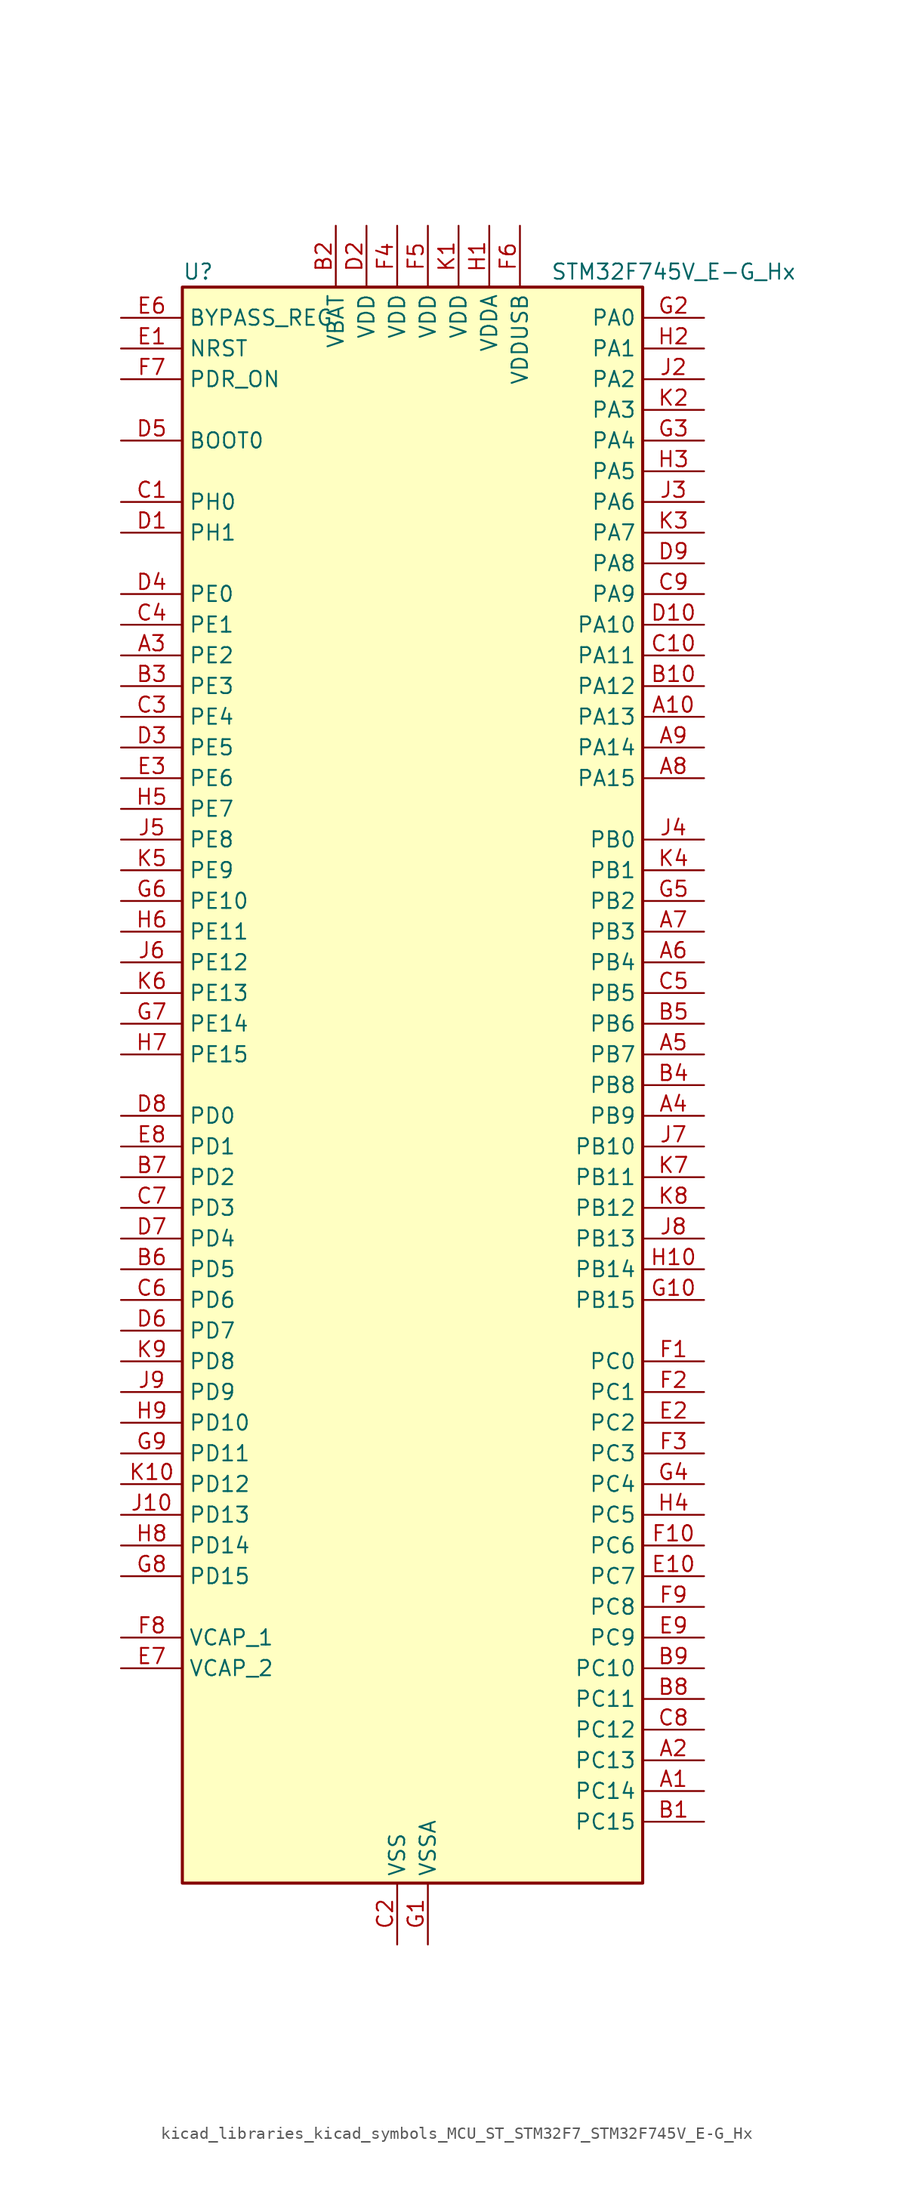
<source format=kicad_sym>
(kicad_symbol_lib
  (version 20220914)
  (generator kicad_symbol_editor)
  (symbol "kicad_libraries_kicad_symbols_MCU_ST_STM32F7_STM32F745V_E-G_Hx"
    (property "Reference" "U"
      (at -17.78 67.31 0)
      (effects (font (size 1.27 1.27)) (justify left)))
    (property "Value" "STM32F745V_E-G_Hx"
      (at 12.7 67.31 0)
      (effects (font (size 1.27 1.27)) (justify left)))
    (property "ki_locked" ""
      (at 0 0 0)
      (effects (font (size 1.27 1.27))))
    (symbol "kicad_libraries_kicad_symbols_MCU_ST_STM32F7_STM32F745V_E-G_Hx_0_1"
      (rectangle (start -17.78 -66.04) (end 20.32 66.04) (stroke (width 0.254) (type default)) (fill (type background))))
    (symbol "kicad_libraries_kicad_symbols_MCU_ST_STM32F7_STM32F745V_E-G_Hx_1_1"
      (pin bidirectional line (at 25.4 -58.42 180) (length 5.08) (name "PC14" (effects (font (size 1.27 1.27)))) (number "A1" (effects (font (size 1.27 1.27)))) (alternate "RCC_OSC32_IN" bidirectional line))
      (pin bidirectional line (at 25.4 30.48 180) (length 5.08) (name "PA13" (effects (font (size 1.27 1.27)))) (number "A10" (effects (font (size 1.27 1.27)))) (alternate "SYS_JTMS-SWDIO" bidirectional line))
      (pin bidirectional line (at 25.4 -55.88 180) (length 5.08) (name "PC13" (effects (font (size 1.27 1.27)))) (number "A2" (effects (font (size 1.27 1.27)))) (alternate "RTC_OUT" bidirectional line) (alternate "RTC_TAMP1" bidirectional line) (alternate "RTC_TS" bidirectional line) (alternate "SYS_WKUP4" bidirectional line))
      (pin bidirectional line (at -22.86 35.56 0) (length 5.08) (name "PE2" (effects (font (size 1.27 1.27)))) (number "A3" (effects (font (size 1.27 1.27)))) (alternate "ETH_TXD3" bidirectional line) (alternate "FMC_A23" bidirectional line) (alternate "QUADSPI_BK1_IO2" bidirectional line) (alternate "SAI1_MCLK_A" bidirectional line) (alternate "SPI4_SCK" bidirectional line) (alternate "SYS_TRACECLK" bidirectional line))
      (pin bidirectional line (at 25.4 -2.54 180) (length 5.08) (name "PB9" (effects (font (size 1.27 1.27)))) (number "A4" (effects (font (size 1.27 1.27)))) (alternate "CAN1_TX" bidirectional line) (alternate "DAC_EXTI9" bidirectional line) (alternate "DCMI_D7" bidirectional line) (alternate "I2C1_SDA" bidirectional line) (alternate "I2S2_WS" bidirectional line) (alternate "SDMMC1_D5" bidirectional line) (alternate "SPI2_NSS" bidirectional line) (alternate "TIM11_CH1" bidirectional line) (alternate "TIM4_CH4" bidirectional line))
      (pin bidirectional line (at 25.4 2.54 180) (length 5.08) (name "PB7" (effects (font (size 1.27 1.27)))) (number "A5" (effects (font (size 1.27 1.27)))) (alternate "DCMI_VSYNC" bidirectional line) (alternate "FMC_NL" bidirectional line) (alternate "I2C1_SDA" bidirectional line) (alternate "TIM4_CH2" bidirectional line) (alternate "USART1_RX" bidirectional line))
      (pin bidirectional line (at 25.4 10.16 180) (length 5.08) (name "PB4" (effects (font (size 1.27 1.27)))) (number "A6" (effects (font (size 1.27 1.27)))) (alternate "I2S2_WS" bidirectional line) (alternate "SPI1_MISO" bidirectional line) (alternate "SPI2_NSS" bidirectional line) (alternate "SPI3_MISO" bidirectional line) (alternate "SYS_JTRST" bidirectional line) (alternate "TIM3_CH1" bidirectional line))
      (pin bidirectional line (at 25.4 12.7 180) (length 5.08) (name "PB3" (effects (font (size 1.27 1.27)))) (number "A7" (effects (font (size 1.27 1.27)))) (alternate "I2S1_CK" bidirectional line) (alternate "I2S3_CK" bidirectional line) (alternate "SPI1_SCK" bidirectional line) (alternate "SPI3_SCK" bidirectional line) (alternate "SYS_JTDO-SWO" bidirectional line) (alternate "TIM2_CH2" bidirectional line))
      (pin bidirectional line (at 25.4 25.4 180) (length 5.08) (name "PA15" (effects (font (size 1.27 1.27)))) (number "A8" (effects (font (size 1.27 1.27)))) (alternate "CEC" bidirectional line) (alternate "I2S1_WS" bidirectional line) (alternate "I2S3_WS" bidirectional line) (alternate "SPI1_NSS" bidirectional line) (alternate "SPI3_NSS" bidirectional line) (alternate "SYS_JTDI" bidirectional line) (alternate "TIM2_CH1" bidirectional line) (alternate "TIM2_ETR" bidirectional line) (alternate "UART4_DE" bidirectional line) (alternate "UART4_RTS" bidirectional line))
      (pin bidirectional line (at 25.4 27.94 180) (length 5.08) (name "PA14" (effects (font (size 1.27 1.27)))) (number "A9" (effects (font (size 1.27 1.27)))) (alternate "SYS_JTCK-SWCLK" bidirectional line))
      (pin bidirectional line (at 25.4 -60.96 180) (length 5.08) (name "PC15" (effects (font (size 1.27 1.27)))) (number "B1" (effects (font (size 1.27 1.27)))) (alternate "RCC_OSC32_OUT" bidirectional line))
      (pin bidirectional line (at 25.4 33.02 180) (length 5.08) (name "PA12" (effects (font (size 1.27 1.27)))) (number "B10" (effects (font (size 1.27 1.27)))) (alternate "CAN1_TX" bidirectional line) (alternate "SAI2_FS_B" bidirectional line) (alternate "TIM1_ETR" bidirectional line) (alternate "USART1_DE" bidirectional line) (alternate "USART1_RTS" bidirectional line) (alternate "USB_OTG_FS_DP" bidirectional line))
      (pin power_in line (at -5.08 71.12 270) (length 5.08) (name "VBAT" (effects (font (size 1.27 1.27)))) (number "B2" (effects (font (size 1.27 1.27)))))
      (pin bidirectional line (at -22.86 33.02 0) (length 5.08) (name "PE3" (effects (font (size 1.27 1.27)))) (number "B3" (effects (font (size 1.27 1.27)))) (alternate "FMC_A19" bidirectional line) (alternate "SAI1_SD_B" bidirectional line) (alternate "SYS_TRACED0" bidirectional line))
      (pin bidirectional line (at 25.4 0 180) (length 5.08) (name "PB8" (effects (font (size 1.27 1.27)))) (number "B4" (effects (font (size 1.27 1.27)))) (alternate "CAN1_RX" bidirectional line) (alternate "DCMI_D6" bidirectional line) (alternate "ETH_TXD3" bidirectional line) (alternate "I2C1_SCL" bidirectional line) (alternate "SDMMC1_D4" bidirectional line) (alternate "TIM10_CH1" bidirectional line) (alternate "TIM4_CH3" bidirectional line))
      (pin bidirectional line (at 25.4 5.08 180) (length 5.08) (name "PB6" (effects (font (size 1.27 1.27)))) (number "B5" (effects (font (size 1.27 1.27)))) (alternate "CAN2_TX" bidirectional line) (alternate "CEC" bidirectional line) (alternate "DCMI_D5" bidirectional line) (alternate "FMC_SDNE1" bidirectional line) (alternate "I2C1_SCL" bidirectional line) (alternate "QUADSPI_BK1_NCS" bidirectional line) (alternate "TIM4_CH1" bidirectional line) (alternate "USART1_TX" bidirectional line))
      (pin bidirectional line (at -22.86 -15.24 0) (length 5.08) (name "PD5" (effects (font (size 1.27 1.27)))) (number "B6" (effects (font (size 1.27 1.27)))) (alternate "FMC_NWE" bidirectional line) (alternate "USART2_TX" bidirectional line))
      (pin bidirectional line (at -22.86 -7.62 0) (length 5.08) (name "PD2" (effects (font (size 1.27 1.27)))) (number "B7" (effects (font (size 1.27 1.27)))) (alternate "DCMI_D11" bidirectional line) (alternate "SDMMC1_CMD" bidirectional line) (alternate "SYS_TRACED2" bidirectional line) (alternate "TIM3_ETR" bidirectional line) (alternate "UART5_RX" bidirectional line))
      (pin bidirectional line (at 25.4 -50.8 180) (length 5.08) (name "PC11" (effects (font (size 1.27 1.27)))) (number "B8" (effects (font (size 1.27 1.27)))) (alternate "ADC1_EXTI11" bidirectional line) (alternate "ADC2_EXTI11" bidirectional line) (alternate "ADC3_EXTI11" bidirectional line) (alternate "DCMI_D4" bidirectional line) (alternate "QUADSPI_BK2_NCS" bidirectional line) (alternate "SDMMC1_D3" bidirectional line) (alternate "SPI3_MISO" bidirectional line) (alternate "UART4_RX" bidirectional line) (alternate "USART3_RX" bidirectional line))
      (pin bidirectional line (at 25.4 -48.26 180) (length 5.08) (name "PC10" (effects (font (size 1.27 1.27)))) (number "B9" (effects (font (size 1.27 1.27)))) (alternate "DCMI_D8" bidirectional line) (alternate "I2S3_CK" bidirectional line) (alternate "QUADSPI_BK1_IO1" bidirectional line) (alternate "SDMMC1_D2" bidirectional line) (alternate "SPI3_SCK" bidirectional line) (alternate "UART4_TX" bidirectional line) (alternate "USART3_TX" bidirectional line))
      (pin bidirectional line (at -22.86 48.26 0) (length 5.08) (name "PH0" (effects (font (size 1.27 1.27)))) (number "C1" (effects (font (size 1.27 1.27)))) (alternate "RCC_OSC_IN" bidirectional line))
      (pin bidirectional line (at 25.4 35.56 180) (length 5.08) (name "PA11" (effects (font (size 1.27 1.27)))) (number "C10" (effects (font (size 1.27 1.27)))) (alternate "ADC1_EXTI11" bidirectional line) (alternate "ADC2_EXTI11" bidirectional line) (alternate "ADC3_EXTI11" bidirectional line) (alternate "CAN1_RX" bidirectional line) (alternate "TIM1_CH4" bidirectional line) (alternate "USART1_CTS" bidirectional line) (alternate "USB_OTG_FS_DM" bidirectional line))
      (pin power_in line (at 0 -71.12 90) (length 5.08) (name "VSS" (effects (font (size 1.27 1.27)))) (number "C2" (effects (font (size 1.27 1.27)))))
      (pin bidirectional line (at -22.86 30.48 0) (length 5.08) (name "PE4" (effects (font (size 1.27 1.27)))) (number "C3" (effects (font (size 1.27 1.27)))) (alternate "DCMI_D4" bidirectional line) (alternate "FMC_A20" bidirectional line) (alternate "SAI1_FS_A" bidirectional line) (alternate "SPI4_NSS" bidirectional line) (alternate "SYS_TRACED1" bidirectional line))
      (pin bidirectional line (at -22.86 38.1 0) (length 5.08) (name "PE1" (effects (font (size 1.27 1.27)))) (number "C4" (effects (font (size 1.27 1.27)))) (alternate "DCMI_D3" bidirectional line) (alternate "FMC_NBL1" bidirectional line) (alternate "LPTIM1_IN2" bidirectional line) (alternate "UART8_TX" bidirectional line))
      (pin bidirectional line (at 25.4 7.62 180) (length 5.08) (name "PB5" (effects (font (size 1.27 1.27)))) (number "C5" (effects (font (size 1.27 1.27)))) (alternate "CAN2_RX" bidirectional line) (alternate "DCMI_D10" bidirectional line) (alternate "ETH_PPS_OUT" bidirectional line) (alternate "FMC_SDCKE1" bidirectional line) (alternate "I2C1_SMBA" bidirectional line) (alternate "I2S1_SD" bidirectional line) (alternate "I2S3_SD" bidirectional line) (alternate "SPI1_MOSI" bidirectional line) (alternate "SPI3_MOSI" bidirectional line) (alternate "TIM3_CH2" bidirectional line) (alternate "USB_OTG_HS_ULPI_D7" bidirectional line))
      (pin bidirectional line (at -22.86 -17.78 0) (length 5.08) (name "PD6" (effects (font (size 1.27 1.27)))) (number "C6" (effects (font (size 1.27 1.27)))) (alternate "DCMI_D10" bidirectional line) (alternate "FMC_NWAIT" bidirectional line) (alternate "I2S3_SD" bidirectional line) (alternate "SAI1_SD_A" bidirectional line) (alternate "SPI3_MOSI" bidirectional line) (alternate "USART2_RX" bidirectional line))
      (pin bidirectional line (at -22.86 -10.16 0) (length 5.08) (name "PD3" (effects (font (size 1.27 1.27)))) (number "C7" (effects (font (size 1.27 1.27)))) (alternate "DCMI_D5" bidirectional line) (alternate "FMC_CLK" bidirectional line) (alternate "I2S2_CK" bidirectional line) (alternate "SPI2_SCK" bidirectional line) (alternate "USART2_CTS" bidirectional line))
      (pin bidirectional line (at 25.4 -53.34 180) (length 5.08) (name "PC12" (effects (font (size 1.27 1.27)))) (number "C8" (effects (font (size 1.27 1.27)))) (alternate "DCMI_D9" bidirectional line) (alternate "I2S3_SD" bidirectional line) (alternate "SDMMC1_CK" bidirectional line) (alternate "SPI3_MOSI" bidirectional line) (alternate "SYS_TRACED3" bidirectional line) (alternate "UART5_TX" bidirectional line) (alternate "USART3_CK" bidirectional line))
      (pin bidirectional line (at 25.4 40.64 180) (length 5.08) (name "PA9" (effects (font (size 1.27 1.27)))) (number "C9" (effects (font (size 1.27 1.27)))) (alternate "DAC_EXTI9" bidirectional line) (alternate "DCMI_D0" bidirectional line) (alternate "I2C3_SMBA" bidirectional line) (alternate "I2S2_CK" bidirectional line) (alternate "SPI2_SCK" bidirectional line) (alternate "TIM1_CH2" bidirectional line) (alternate "USART1_TX" bidirectional line) (alternate "USB_OTG_FS_VBUS" bidirectional line))
      (pin bidirectional line (at -22.86 45.72 0) (length 5.08) (name "PH1" (effects (font (size 1.27 1.27)))) (number "D1" (effects (font (size 1.27 1.27)))) (alternate "RCC_OSC_OUT" bidirectional line))
      (pin bidirectional line (at 25.4 38.1 180) (length 5.08) (name "PA10" (effects (font (size 1.27 1.27)))) (number "D10" (effects (font (size 1.27 1.27)))) (alternate "DCMI_D1" bidirectional line) (alternate "TIM1_CH3" bidirectional line) (alternate "USART1_RX" bidirectional line) (alternate "USB_OTG_FS_ID" bidirectional line))
      (pin power_in line (at -2.54 71.12 270) (length 5.08) (name "VDD" (effects (font (size 1.27 1.27)))) (number "D2" (effects (font (size 1.27 1.27)))))
      (pin bidirectional line (at -22.86 27.94 0) (length 5.08) (name "PE5" (effects (font (size 1.27 1.27)))) (number "D3" (effects (font (size 1.27 1.27)))) (alternate "DCMI_D6" bidirectional line) (alternate "FMC_A21" bidirectional line) (alternate "SAI1_SCK_A" bidirectional line) (alternate "SPI4_MISO" bidirectional line) (alternate "SYS_TRACED2" bidirectional line) (alternate "TIM9_CH1" bidirectional line))
      (pin bidirectional line (at -22.86 40.64 0) (length 5.08) (name "PE0" (effects (font (size 1.27 1.27)))) (number "D4" (effects (font (size 1.27 1.27)))) (alternate "DCMI_D2" bidirectional line) (alternate "FMC_NBL0" bidirectional line) (alternate "LPTIM1_ETR" bidirectional line) (alternate "SAI2_MCLK_A" bidirectional line) (alternate "TIM4_ETR" bidirectional line) (alternate "UART8_RX" bidirectional line))
      (pin input line (at -22.86 53.34 0) (length 5.08) (name "BOOT0" (effects (font (size 1.27 1.27)))) (number "D5" (effects (font (size 1.27 1.27)))))
      (pin bidirectional line (at -22.86 -20.32 0) (length 5.08) (name "PD7" (effects (font (size 1.27 1.27)))) (number "D6" (effects (font (size 1.27 1.27)))) (alternate "FMC_NE1" bidirectional line) (alternate "SPDIFRX_IN0" bidirectional line) (alternate "USART2_CK" bidirectional line))
      (pin bidirectional line (at -22.86 -12.7 0) (length 5.08) (name "PD4" (effects (font (size 1.27 1.27)))) (number "D7" (effects (font (size 1.27 1.27)))) (alternate "FMC_NOE" bidirectional line) (alternate "USART2_DE" bidirectional line) (alternate "USART2_RTS" bidirectional line))
      (pin bidirectional line (at -22.86 -2.54 0) (length 5.08) (name "PD0" (effects (font (size 1.27 1.27)))) (number "D8" (effects (font (size 1.27 1.27)))) (alternate "CAN1_RX" bidirectional line) (alternate "FMC_D2" bidirectional line) (alternate "FMC_DA2" bidirectional line))
      (pin bidirectional line (at 25.4 43.18 180) (length 5.08) (name "PA8" (effects (font (size 1.27 1.27)))) (number "D9" (effects (font (size 1.27 1.27)))) (alternate "I2C3_SCL" bidirectional line) (alternate "RCC_MCO_1" bidirectional line) (alternate "TIM1_CH1" bidirectional line) (alternate "TIM8_BKIN2" bidirectional line) (alternate "USART1_CK" bidirectional line) (alternate "USB_OTG_FS_SOF" bidirectional line))
      (pin input line (at -22.86 60.96 0) (length 5.08) (name "NRST" (effects (font (size 1.27 1.27)))) (number "E1" (effects (font (size 1.27 1.27)))))
      (pin bidirectional line (at 25.4 -40.64 180) (length 5.08) (name "PC7" (effects (font (size 1.27 1.27)))) (number "E10" (effects (font (size 1.27 1.27)))) (alternate "DCMI_D1" bidirectional line) (alternate "I2S3_MCK" bidirectional line) (alternate "SDMMC1_D7" bidirectional line) (alternate "TIM3_CH2" bidirectional line) (alternate "TIM8_CH2" bidirectional line) (alternate "USART6_RX" bidirectional line))
      (pin bidirectional line (at 25.4 -27.94 180) (length 5.08) (name "PC2" (effects (font (size 1.27 1.27)))) (number "E2" (effects (font (size 1.27 1.27)))) (alternate "ADC1_IN12" bidirectional line) (alternate "ADC2_IN12" bidirectional line) (alternate "ADC3_IN12" bidirectional line) (alternate "ETH_TXD2" bidirectional line) (alternate "FMC_SDNE0" bidirectional line) (alternate "SPI2_MISO" bidirectional line) (alternate "USB_OTG_HS_ULPI_DIR" bidirectional line))
      (pin bidirectional line (at -22.86 25.4 0) (length 5.08) (name "PE6" (effects (font (size 1.27 1.27)))) (number "E3" (effects (font (size 1.27 1.27)))) (alternate "DCMI_D7" bidirectional line) (alternate "FMC_A22" bidirectional line) (alternate "SAI1_SD_A" bidirectional line) (alternate "SAI2_MCLK_B" bidirectional line) (alternate "SPI4_MOSI" bidirectional line) (alternate "SYS_TRACED3" bidirectional line) (alternate "TIM1_BKIN2" bidirectional line) (alternate "TIM9_CH2" bidirectional line))
      (pin passive line (at 0 -71.12 90) (length 5.08) hide (name "VSS" (effects (font (size 1.27 1.27)))) (number "E4" (effects (font (size 1.27 1.27)))))
      (pin passive line (at 0 -71.12 90) (length 5.08) hide (name "VSS" (effects (font (size 1.27 1.27)))) (number "E5" (effects (font (size 1.27 1.27)))))
      (pin input line (at -22.86 63.5 0) (length 5.08) (name "BYPASS_REG" (effects (font (size 1.27 1.27)))) (number "E6" (effects (font (size 1.27 1.27)))))
      (pin power_out line (at -22.86 -48.26 0) (length 5.08) (name "VCAP_2" (effects (font (size 1.27 1.27)))) (number "E7" (effects (font (size 1.27 1.27)))))
      (pin bidirectional line (at -22.86 -5.08 0) (length 5.08) (name "PD1" (effects (font (size 1.27 1.27)))) (number "E8" (effects (font (size 1.27 1.27)))) (alternate "CAN1_TX" bidirectional line) (alternate "FMC_D3" bidirectional line) (alternate "FMC_DA3" bidirectional line))
      (pin bidirectional line (at 25.4 -45.72 180) (length 5.08) (name "PC9" (effects (font (size 1.27 1.27)))) (number "E9" (effects (font (size 1.27 1.27)))) (alternate "DAC_EXTI9" bidirectional line) (alternate "DCMI_D3" bidirectional line) (alternate "I2C3_SDA" bidirectional line) (alternate "I2S_CKIN" bidirectional line) (alternate "QUADSPI_BK1_IO0" bidirectional line) (alternate "RCC_MCO_2" bidirectional line) (alternate "SDMMC1_D1" bidirectional line) (alternate "TIM3_CH4" bidirectional line) (alternate "TIM8_CH4" bidirectional line) (alternate "UART5_CTS" bidirectional line))
      (pin bidirectional line (at 25.4 -22.86 180) (length 5.08) (name "PC0" (effects (font (size 1.27 1.27)))) (number "F1" (effects (font (size 1.27 1.27)))) (alternate "ADC1_IN10" bidirectional line) (alternate "ADC2_IN10" bidirectional line) (alternate "ADC3_IN10" bidirectional line) (alternate "FMC_SDNWE" bidirectional line) (alternate "SAI2_FS_B" bidirectional line) (alternate "USB_OTG_HS_ULPI_STP" bidirectional line))
      (pin bidirectional line (at 25.4 -38.1 180) (length 5.08) (name "PC6" (effects (font (size 1.27 1.27)))) (number "F10" (effects (font (size 1.27 1.27)))) (alternate "DCMI_D0" bidirectional line) (alternate "I2S2_MCK" bidirectional line) (alternate "SDMMC1_D6" bidirectional line) (alternate "TIM3_CH1" bidirectional line) (alternate "TIM8_CH1" bidirectional line) (alternate "USART6_TX" bidirectional line))
      (pin bidirectional line (at 25.4 -25.4 180) (length 5.08) (name "PC1" (effects (font (size 1.27 1.27)))) (number "F2" (effects (font (size 1.27 1.27)))) (alternate "ADC1_IN11" bidirectional line) (alternate "ADC2_IN11" bidirectional line) (alternate "ADC3_IN11" bidirectional line) (alternate "ETH_MDC" bidirectional line) (alternate "I2S2_SD" bidirectional line) (alternate "RTC_TAMP3" bidirectional line) (alternate "RTC_TS" bidirectional line) (alternate "SAI1_SD_A" bidirectional line) (alternate "SPI2_MOSI" bidirectional line) (alternate "SYS_TRACED0" bidirectional line) (alternate "SYS_WKUP3" bidirectional line))
      (pin bidirectional line (at 25.4 -30.48 180) (length 5.08) (name "PC3" (effects (font (size 1.27 1.27)))) (number "F3" (effects (font (size 1.27 1.27)))) (alternate "ADC1_IN13" bidirectional line) (alternate "ADC2_IN13" bidirectional line) (alternate "ADC3_IN13" bidirectional line) (alternate "ETH_TX_CLK" bidirectional line) (alternate "FMC_SDCKE0" bidirectional line) (alternate "I2S2_SD" bidirectional line) (alternate "SPI2_MOSI" bidirectional line) (alternate "USB_OTG_HS_ULPI_NXT" bidirectional line))
      (pin power_in line (at 0 71.12 270) (length 5.08) (name "VDD" (effects (font (size 1.27 1.27)))) (number "F4" (effects (font (size 1.27 1.27)))))
      (pin power_in line (at 2.54 71.12 270) (length 5.08) (name "VDD" (effects (font (size 1.27 1.27)))) (number "F5" (effects (font (size 1.27 1.27)))))
      (pin power_in line (at 10.16 71.12 270) (length 5.08) (name "VDDUSB" (effects (font (size 1.27 1.27)))) (number "F6" (effects (font (size 1.27 1.27)))))
      (pin input line (at -22.86 58.42 0) (length 5.08) (name "PDR_ON" (effects (font (size 1.27 1.27)))) (number "F7" (effects (font (size 1.27 1.27)))))
      (pin power_out line (at -22.86 -45.72 0) (length 5.08) (name "VCAP_1" (effects (font (size 1.27 1.27)))) (number "F8" (effects (font (size 1.27 1.27)))))
      (pin bidirectional line (at 25.4 -43.18 180) (length 5.08) (name "PC8" (effects (font (size 1.27 1.27)))) (number "F9" (effects (font (size 1.27 1.27)))) (alternate "DCMI_D2" bidirectional line) (alternate "SDMMC1_D0" bidirectional line) (alternate "SYS_TRACED1" bidirectional line) (alternate "TIM3_CH3" bidirectional line) (alternate "TIM8_CH3" bidirectional line) (alternate "UART5_DE" bidirectional line) (alternate "UART5_RTS" bidirectional line) (alternate "USART6_CK" bidirectional line))
      (pin power_in line (at 2.54 -71.12 90) (length 5.08) (name "VSSA" (effects (font (size 1.27 1.27)))) (number "G1" (effects (font (size 1.27 1.27)))))
      (pin bidirectional line (at 25.4 -17.78 180) (length 5.08) (name "PB15" (effects (font (size 1.27 1.27)))) (number "G10" (effects (font (size 1.27 1.27)))) (alternate "I2S2_SD" bidirectional line) (alternate "RTC_REFIN" bidirectional line) (alternate "SPI2_MOSI" bidirectional line) (alternate "TIM12_CH2" bidirectional line) (alternate "TIM1_CH3N" bidirectional line) (alternate "TIM8_CH3N" bidirectional line) (alternate "USB_OTG_HS_DP" bidirectional line))
      (pin bidirectional line (at 25.4 63.5 180) (length 5.08) (name "PA0" (effects (font (size 1.27 1.27)))) (number "G2" (effects (font (size 1.27 1.27)))) (alternate "ADC1_IN0" bidirectional line) (alternate "ADC2_IN0" bidirectional line) (alternate "ADC3_IN0" bidirectional line) (alternate "ETH_CRS" bidirectional line) (alternate "SAI2_SD_B" bidirectional line) (alternate "SYS_WKUP1" bidirectional line) (alternate "TIM2_CH1" bidirectional line) (alternate "TIM2_ETR" bidirectional line) (alternate "TIM5_CH1" bidirectional line) (alternate "TIM8_ETR" bidirectional line) (alternate "UART4_TX" bidirectional line) (alternate "USART2_CTS" bidirectional line))
      (pin bidirectional line (at 25.4 53.34 180) (length 5.08) (name "PA4" (effects (font (size 1.27 1.27)))) (number "G3" (effects (font (size 1.27 1.27)))) (alternate "ADC1_IN4" bidirectional line) (alternate "ADC2_IN4" bidirectional line) (alternate "DAC_OUT1" bidirectional line) (alternate "DCMI_HSYNC" bidirectional line) (alternate "I2S1_WS" bidirectional line) (alternate "I2S3_WS" bidirectional line) (alternate "SPI1_NSS" bidirectional line) (alternate "SPI3_NSS" bidirectional line) (alternate "USART2_CK" bidirectional line) (alternate "USB_OTG_HS_SOF" bidirectional line))
      (pin bidirectional line (at 25.4 -33.02 180) (length 5.08) (name "PC4" (effects (font (size 1.27 1.27)))) (number "G4" (effects (font (size 1.27 1.27)))) (alternate "ADC1_IN14" bidirectional line) (alternate "ADC2_IN14" bidirectional line) (alternate "ETH_RXD0" bidirectional line) (alternate "FMC_SDNE0" bidirectional line) (alternate "I2S1_MCK" bidirectional line) (alternate "SPDIFRX_IN2" bidirectional line))
      (pin bidirectional line (at 25.4 15.24 180) (length 5.08) (name "PB2" (effects (font (size 1.27 1.27)))) (number "G5" (effects (font (size 1.27 1.27)))) (alternate "I2S3_SD" bidirectional line) (alternate "QUADSPI_CLK" bidirectional line) (alternate "SAI1_SD_A" bidirectional line) (alternate "SPI3_MOSI" bidirectional line))
      (pin bidirectional line (at -22.86 15.24 0) (length 5.08) (name "PE10" (effects (font (size 1.27 1.27)))) (number "G6" (effects (font (size 1.27 1.27)))) (alternate "FMC_D7" bidirectional line) (alternate "FMC_DA7" bidirectional line) (alternate "QUADSPI_BK2_IO3" bidirectional line) (alternate "TIM1_CH2N" bidirectional line) (alternate "UART7_CTS" bidirectional line))
      (pin bidirectional line (at -22.86 5.08 0) (length 5.08) (name "PE14" (effects (font (size 1.27 1.27)))) (number "G7" (effects (font (size 1.27 1.27)))) (alternate "FMC_D11" bidirectional line) (alternate "FMC_DA11" bidirectional line) (alternate "SAI2_MCLK_B" bidirectional line) (alternate "SPI4_MOSI" bidirectional line) (alternate "TIM1_CH4" bidirectional line))
      (pin bidirectional line (at -22.86 -40.64 0) (length 5.08) (name "PD15" (effects (font (size 1.27 1.27)))) (number "G8" (effects (font (size 1.27 1.27)))) (alternate "FMC_D1" bidirectional line) (alternate "FMC_DA1" bidirectional line) (alternate "TIM4_CH4" bidirectional line) (alternate "UART8_DE" bidirectional line) (alternate "UART8_RTS" bidirectional line))
      (pin bidirectional line (at -22.86 -30.48 0) (length 5.08) (name "PD11" (effects (font (size 1.27 1.27)))) (number "G9" (effects (font (size 1.27 1.27)))) (alternate "ADC1_EXTI11" bidirectional line) (alternate "ADC2_EXTI11" bidirectional line) (alternate "ADC3_EXTI11" bidirectional line) (alternate "FMC_A16" bidirectional line) (alternate "FMC_CLE" bidirectional line) (alternate "I2C4_SMBA" bidirectional line) (alternate "QUADSPI_BK1_IO0" bidirectional line) (alternate "SAI2_SD_A" bidirectional line) (alternate "USART3_CTS" bidirectional line))
      (pin power_in line (at 7.62 71.12 270) (length 5.08) (name "VDDA" (effects (font (size 1.27 1.27)))) (number "H1" (effects (font (size 1.27 1.27)))))
      (pin bidirectional line (at 25.4 -15.24 180) (length 5.08) (name "PB14" (effects (font (size 1.27 1.27)))) (number "H10" (effects (font (size 1.27 1.27)))) (alternate "SPI2_MISO" bidirectional line) (alternate "TIM12_CH1" bidirectional line) (alternate "TIM1_CH2N" bidirectional line) (alternate "TIM8_CH2N" bidirectional line) (alternate "USART3_DE" bidirectional line) (alternate "USART3_RTS" bidirectional line) (alternate "USB_OTG_HS_DM" bidirectional line))
      (pin bidirectional line (at 25.4 60.96 180) (length 5.08) (name "PA1" (effects (font (size 1.27 1.27)))) (number "H2" (effects (font (size 1.27 1.27)))) (alternate "ADC1_IN1" bidirectional line) (alternate "ADC2_IN1" bidirectional line) (alternate "ADC3_IN1" bidirectional line) (alternate "ETH_REF_CLK" bidirectional line) (alternate "ETH_RX_CLK" bidirectional line) (alternate "QUADSPI_BK1_IO3" bidirectional line) (alternate "SAI2_MCLK_B" bidirectional line) (alternate "TIM2_CH2" bidirectional line) (alternate "TIM5_CH2" bidirectional line) (alternate "UART4_RX" bidirectional line) (alternate "USART2_DE" bidirectional line) (alternate "USART2_RTS" bidirectional line))
      (pin bidirectional line (at 25.4 50.8 180) (length 5.08) (name "PA5" (effects (font (size 1.27 1.27)))) (number "H3" (effects (font (size 1.27 1.27)))) (alternate "ADC1_IN5" bidirectional line) (alternate "ADC2_IN5" bidirectional line) (alternate "DAC_OUT2" bidirectional line) (alternate "I2S1_CK" bidirectional line) (alternate "SPI1_SCK" bidirectional line) (alternate "TIM2_CH1" bidirectional line) (alternate "TIM2_ETR" bidirectional line) (alternate "TIM8_CH1N" bidirectional line) (alternate "USB_OTG_HS_ULPI_CK" bidirectional line))
      (pin bidirectional line (at 25.4 -35.56 180) (length 5.08) (name "PC5" (effects (font (size 1.27 1.27)))) (number "H4" (effects (font (size 1.27 1.27)))) (alternate "ADC1_IN15" bidirectional line) (alternate "ADC2_IN15" bidirectional line) (alternate "ETH_RXD1" bidirectional line) (alternate "FMC_SDCKE0" bidirectional line) (alternate "SPDIFRX_IN3" bidirectional line))
      (pin bidirectional line (at -22.86 22.86 0) (length 5.08) (name "PE7" (effects (font (size 1.27 1.27)))) (number "H5" (effects (font (size 1.27 1.27)))) (alternate "FMC_D4" bidirectional line) (alternate "FMC_DA4" bidirectional line) (alternate "QUADSPI_BK2_IO0" bidirectional line) (alternate "TIM1_ETR" bidirectional line) (alternate "UART7_RX" bidirectional line))
      (pin bidirectional line (at -22.86 12.7 0) (length 5.08) (name "PE11" (effects (font (size 1.27 1.27)))) (number "H6" (effects (font (size 1.27 1.27)))) (alternate "ADC1_EXTI11" bidirectional line) (alternate "ADC2_EXTI11" bidirectional line) (alternate "ADC3_EXTI11" bidirectional line) (alternate "FMC_D8" bidirectional line) (alternate "FMC_DA8" bidirectional line) (alternate "SAI2_SD_B" bidirectional line) (alternate "SPI4_NSS" bidirectional line) (alternate "TIM1_CH2" bidirectional line))
      (pin bidirectional line (at -22.86 2.54 0) (length 5.08) (name "PE15" (effects (font (size 1.27 1.27)))) (number "H7" (effects (font (size 1.27 1.27)))) (alternate "FMC_D12" bidirectional line) (alternate "FMC_DA12" bidirectional line) (alternate "TIM1_BKIN" bidirectional line))
      (pin bidirectional line (at -22.86 -38.1 0) (length 5.08) (name "PD14" (effects (font (size 1.27 1.27)))) (number "H8" (effects (font (size 1.27 1.27)))) (alternate "FMC_D0" bidirectional line) (alternate "FMC_DA0" bidirectional line) (alternate "TIM4_CH3" bidirectional line) (alternate "UART8_CTS" bidirectional line))
      (pin bidirectional line (at -22.86 -27.94 0) (length 5.08) (name "PD10" (effects (font (size 1.27 1.27)))) (number "H9" (effects (font (size 1.27 1.27)))) (alternate "FMC_D15" bidirectional line) (alternate "FMC_DA15" bidirectional line) (alternate "USART3_CK" bidirectional line))
      (pin passive line (at 0 -71.12 90) (length 5.08) hide (name "VSS" (effects (font (size 1.27 1.27)))) (number "J1" (effects (font (size 1.27 1.27)))))
      (pin bidirectional line (at -22.86 -35.56 0) (length 5.08) (name "PD13" (effects (font (size 1.27 1.27)))) (number "J10" (effects (font (size 1.27 1.27)))) (alternate "FMC_A18" bidirectional line) (alternate "I2C4_SDA" bidirectional line) (alternate "LPTIM1_OUT" bidirectional line) (alternate "QUADSPI_BK1_IO3" bidirectional line) (alternate "SAI2_SCK_A" bidirectional line) (alternate "TIM4_CH2" bidirectional line))
      (pin bidirectional line (at 25.4 58.42 180) (length 5.08) (name "PA2" (effects (font (size 1.27 1.27)))) (number "J2" (effects (font (size 1.27 1.27)))) (alternate "ADC1_IN2" bidirectional line) (alternate "ADC2_IN2" bidirectional line) (alternate "ADC3_IN2" bidirectional line) (alternate "ETH_MDIO" bidirectional line) (alternate "SAI2_SCK_B" bidirectional line) (alternate "SYS_WKUP2" bidirectional line) (alternate "TIM2_CH3" bidirectional line) (alternate "TIM5_CH3" bidirectional line) (alternate "TIM9_CH1" bidirectional line) (alternate "USART2_TX" bidirectional line))
      (pin bidirectional line (at 25.4 48.26 180) (length 5.08) (name "PA6" (effects (font (size 1.27 1.27)))) (number "J3" (effects (font (size 1.27 1.27)))) (alternate "ADC1_IN6" bidirectional line) (alternate "ADC2_IN6" bidirectional line) (alternate "DCMI_PIXCLK" bidirectional line) (alternate "SPI1_MISO" bidirectional line) (alternate "TIM13_CH1" bidirectional line) (alternate "TIM1_BKIN" bidirectional line) (alternate "TIM3_CH1" bidirectional line) (alternate "TIM8_BKIN" bidirectional line))
      (pin bidirectional line (at 25.4 20.32 180) (length 5.08) (name "PB0" (effects (font (size 1.27 1.27)))) (number "J4" (effects (font (size 1.27 1.27)))) (alternate "ADC1_IN8" bidirectional line) (alternate "ADC2_IN8" bidirectional line) (alternate "ETH_RXD2" bidirectional line) (alternate "TIM1_CH2N" bidirectional line) (alternate "TIM3_CH3" bidirectional line) (alternate "TIM8_CH2N" bidirectional line) (alternate "UART4_CTS" bidirectional line) (alternate "USB_OTG_HS_ULPI_D1" bidirectional line))
      (pin bidirectional line (at -22.86 20.32 0) (length 5.08) (name "PE8" (effects (font (size 1.27 1.27)))) (number "J5" (effects (font (size 1.27 1.27)))) (alternate "FMC_D5" bidirectional line) (alternate "FMC_DA5" bidirectional line) (alternate "QUADSPI_BK2_IO1" bidirectional line) (alternate "TIM1_CH1N" bidirectional line) (alternate "UART7_TX" bidirectional line))
      (pin bidirectional line (at -22.86 10.16 0) (length 5.08) (name "PE12" (effects (font (size 1.27 1.27)))) (number "J6" (effects (font (size 1.27 1.27)))) (alternate "FMC_D9" bidirectional line) (alternate "FMC_DA9" bidirectional line) (alternate "SAI2_SCK_B" bidirectional line) (alternate "SPI4_SCK" bidirectional line) (alternate "TIM1_CH3N" bidirectional line))
      (pin bidirectional line (at 25.4 -5.08 180) (length 5.08) (name "PB10" (effects (font (size 1.27 1.27)))) (number "J7" (effects (font (size 1.27 1.27)))) (alternate "ETH_RX_ER" bidirectional line) (alternate "I2C2_SCL" bidirectional line) (alternate "I2S2_CK" bidirectional line) (alternate "SPI2_SCK" bidirectional line) (alternate "TIM2_CH3" bidirectional line) (alternate "USART3_TX" bidirectional line) (alternate "USB_OTG_HS_ULPI_D3" bidirectional line))
      (pin bidirectional line (at 25.4 -12.7 180) (length 5.08) (name "PB13" (effects (font (size 1.27 1.27)))) (number "J8" (effects (font (size 1.27 1.27)))) (alternate "CAN2_TX" bidirectional line) (alternate "ETH_TXD1" bidirectional line) (alternate "I2S2_CK" bidirectional line) (alternate "SPI2_SCK" bidirectional line) (alternate "TIM1_CH1N" bidirectional line) (alternate "USART3_CTS" bidirectional line) (alternate "USB_OTG_HS_ULPI_D6" bidirectional line) (alternate "USB_OTG_HS_VBUS" bidirectional line))
      (pin bidirectional line (at -22.86 -25.4 0) (length 5.08) (name "PD9" (effects (font (size 1.27 1.27)))) (number "J9" (effects (font (size 1.27 1.27)))) (alternate "DAC_EXTI9" bidirectional line) (alternate "FMC_D14" bidirectional line) (alternate "FMC_DA14" bidirectional line) (alternate "USART3_RX" bidirectional line))
      (pin power_in line (at 5.08 71.12 270) (length 5.08) (name "VDD" (effects (font (size 1.27 1.27)))) (number "K1" (effects (font (size 1.27 1.27)))))
      (pin bidirectional line (at -22.86 -33.02 0) (length 5.08) (name "PD12" (effects (font (size 1.27 1.27)))) (number "K10" (effects (font (size 1.27 1.27)))) (alternate "FMC_A17" bidirectional line) (alternate "FMC_ALE" bidirectional line) (alternate "I2C4_SCL" bidirectional line) (alternate "LPTIM1_IN1" bidirectional line) (alternate "QUADSPI_BK1_IO1" bidirectional line) (alternate "SAI2_FS_A" bidirectional line) (alternate "TIM4_CH1" bidirectional line) (alternate "USART3_DE" bidirectional line) (alternate "USART3_RTS" bidirectional line))
      (pin bidirectional line (at 25.4 55.88 180) (length 5.08) (name "PA3" (effects (font (size 1.27 1.27)))) (number "K2" (effects (font (size 1.27 1.27)))) (alternate "ADC1_IN3" bidirectional line) (alternate "ADC2_IN3" bidirectional line) (alternate "ADC3_IN3" bidirectional line) (alternate "ETH_COL" bidirectional line) (alternate "TIM2_CH4" bidirectional line) (alternate "TIM5_CH4" bidirectional line) (alternate "TIM9_CH2" bidirectional line) (alternate "USART2_RX" bidirectional line) (alternate "USB_OTG_HS_ULPI_D0" bidirectional line))
      (pin bidirectional line (at 25.4 45.72 180) (length 5.08) (name "PA7" (effects (font (size 1.27 1.27)))) (number "K3" (effects (font (size 1.27 1.27)))) (alternate "ADC1_IN7" bidirectional line) (alternate "ADC2_IN7" bidirectional line) (alternate "ETH_CRS_DV" bidirectional line) (alternate "ETH_RX_DV" bidirectional line) (alternate "FMC_SDNWE" bidirectional line) (alternate "I2S1_SD" bidirectional line) (alternate "SPI1_MOSI" bidirectional line) (alternate "TIM14_CH1" bidirectional line) (alternate "TIM1_CH1N" bidirectional line) (alternate "TIM3_CH2" bidirectional line) (alternate "TIM8_CH1N" bidirectional line))
      (pin bidirectional line (at 25.4 17.78 180) (length 5.08) (name "PB1" (effects (font (size 1.27 1.27)))) (number "K4" (effects (font (size 1.27 1.27)))) (alternate "ADC1_IN9" bidirectional line) (alternate "ADC2_IN9" bidirectional line) (alternate "ETH_RXD3" bidirectional line) (alternate "TIM1_CH3N" bidirectional line) (alternate "TIM3_CH4" bidirectional line) (alternate "TIM8_CH3N" bidirectional line) (alternate "USB_OTG_HS_ULPI_D2" bidirectional line))
      (pin bidirectional line (at -22.86 17.78 0) (length 5.08) (name "PE9" (effects (font (size 1.27 1.27)))) (number "K5" (effects (font (size 1.27 1.27)))) (alternate "DAC_EXTI9" bidirectional line) (alternate "FMC_D6" bidirectional line) (alternate "FMC_DA6" bidirectional line) (alternate "QUADSPI_BK2_IO2" bidirectional line) (alternate "TIM1_CH1" bidirectional line) (alternate "UART7_DE" bidirectional line) (alternate "UART7_RTS" bidirectional line))
      (pin bidirectional line (at -22.86 7.62 0) (length 5.08) (name "PE13" (effects (font (size 1.27 1.27)))) (number "K6" (effects (font (size 1.27 1.27)))) (alternate "FMC_D10" bidirectional line) (alternate "FMC_DA10" bidirectional line) (alternate "SAI2_FS_B" bidirectional line) (alternate "SPI4_MISO" bidirectional line) (alternate "TIM1_CH3" bidirectional line))
      (pin bidirectional line (at 25.4 -7.62 180) (length 5.08) (name "PB11" (effects (font (size 1.27 1.27)))) (number "K7" (effects (font (size 1.27 1.27)))) (alternate "ADC1_EXTI11" bidirectional line) (alternate "ADC2_EXTI11" bidirectional line) (alternate "ADC3_EXTI11" bidirectional line) (alternate "ETH_TX_EN" bidirectional line) (alternate "I2C2_SDA" bidirectional line) (alternate "TIM2_CH4" bidirectional line) (alternate "USART3_RX" bidirectional line) (alternate "USB_OTG_HS_ULPI_D4" bidirectional line))
      (pin bidirectional line (at 25.4 -10.16 180) (length 5.08) (name "PB12" (effects (font (size 1.27 1.27)))) (number "K8" (effects (font (size 1.27 1.27)))) (alternate "CAN2_RX" bidirectional line) (alternate "ETH_TXD0" bidirectional line) (alternate "I2C2_SMBA" bidirectional line) (alternate "I2S2_WS" bidirectional line) (alternate "SPI2_NSS" bidirectional line) (alternate "TIM1_BKIN" bidirectional line) (alternate "USART3_CK" bidirectional line) (alternate "USB_OTG_HS_ID" bidirectional line) (alternate "USB_OTG_HS_ULPI_D5" bidirectional line))
      (pin bidirectional line (at -22.86 -22.86 0) (length 5.08) (name "PD8" (effects (font (size 1.27 1.27)))) (number "K9" (effects (font (size 1.27 1.27)))) (alternate "FMC_D13" bidirectional line) (alternate "FMC_DA13" bidirectional line) (alternate "SPDIFRX_IN1" bidirectional line) (alternate "USART3_TX" bidirectional line)))))
</source>
